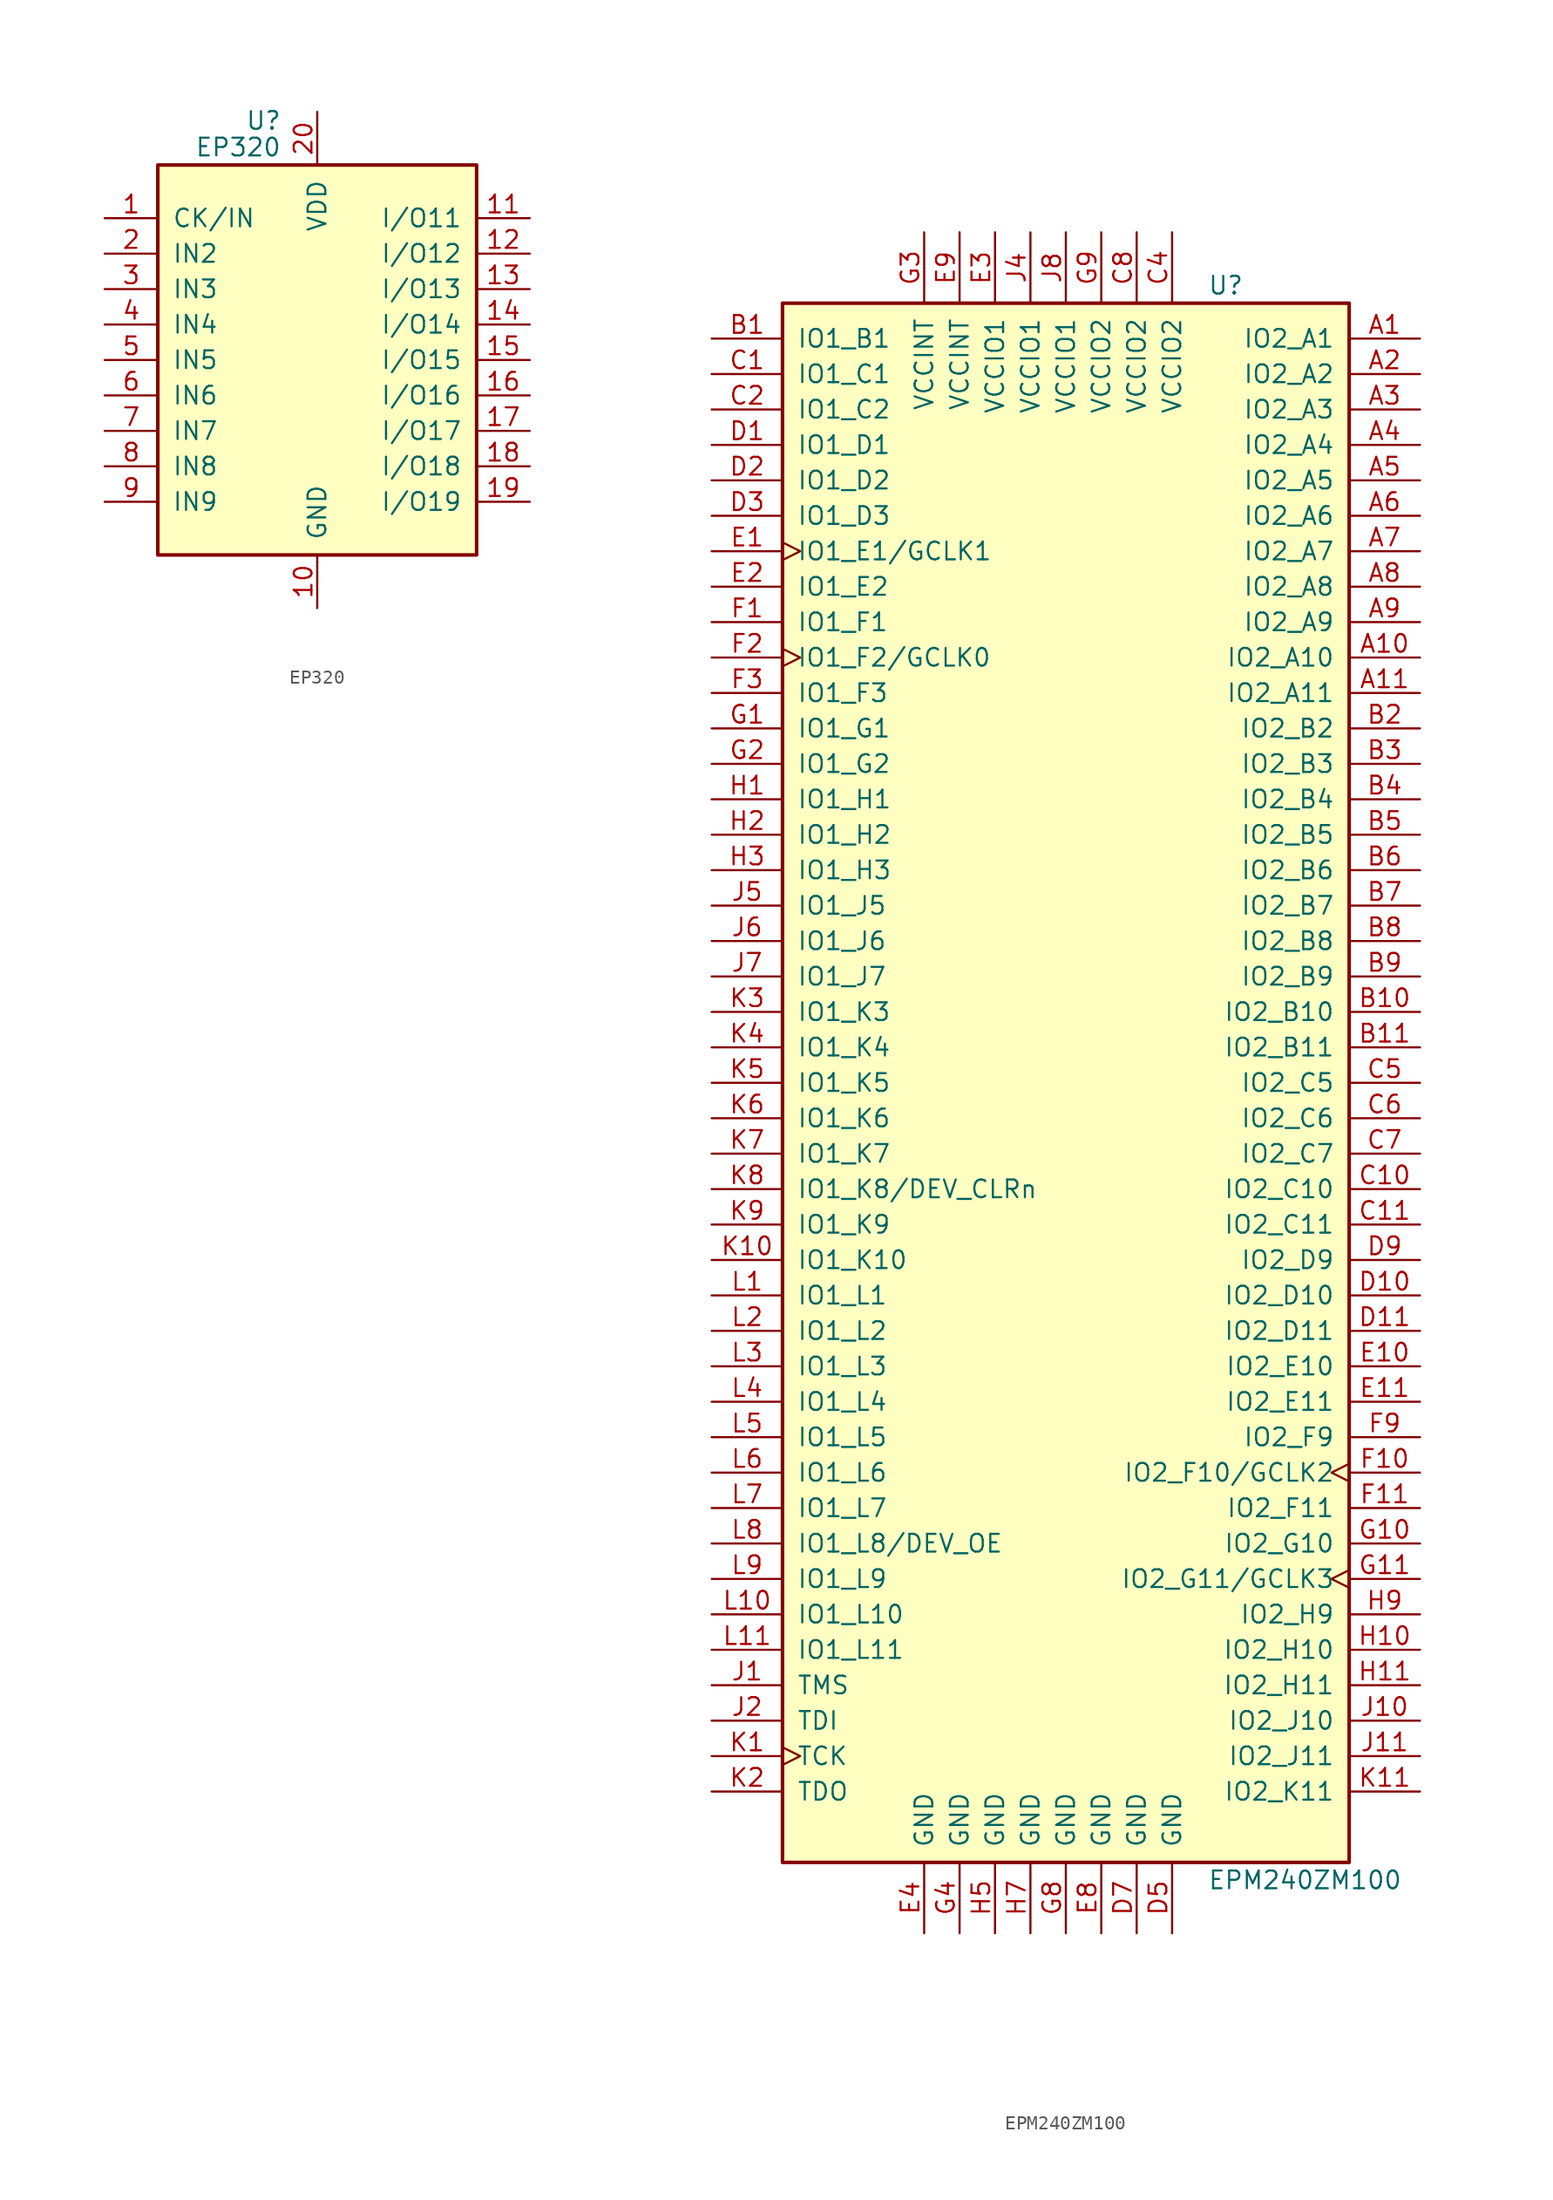
<source format=kicad_sym>
(kicad_symbol_lib
  (version 20231120)
  (generator "kicad_symbol_editor")
  (generator_version "8.0")
  (symbol "EP320"
    (pin_names
      (offset 1.016))
    (property "Reference" "U"
      (at -2.54 17.145 0)
      (effects (font (size 1.27 1.27)) (justify right)))
    (property "Value" "EP320"
      (at -2.54 15.24 0)
      (effects (font (size 1.27 1.27)) (justify right)))
    (symbol "EP320_0_1"
      (rectangle (start -11.43 -13.97) (end 11.43 13.97) (stroke (width 0.254) (type default)) (fill (type background))))
    (symbol "EP320_1_1"
      (pin input line (at -15.24 10.16 0) (length 3.81) (name "CK/IN" (effects (font (size 1.27 1.27)))) (number "1" (effects (font (size 1.27 1.27)))))
      (pin power_in line (at 0 -17.78 90) (length 3.81) (name "GND" (effects (font (size 1.27 1.27)))) (number "10" (effects (font (size 1.27 1.27)))))
      (pin bidirectional line (at 15.24 10.16 180) (length 3.81) (name "I/O11" (effects (font (size 1.27 1.27)))) (number "11" (effects (font (size 1.27 1.27)))))
      (pin bidirectional line (at 15.24 7.62 180) (length 3.81) (name "I/O12" (effects (font (size 1.27 1.27)))) (number "12" (effects (font (size 1.27 1.27)))))
      (pin bidirectional line (at 15.24 5.08 180) (length 3.81) (name "I/O13" (effects (font (size 1.27 1.27)))) (number "13" (effects (font (size 1.27 1.27)))))
      (pin bidirectional line (at 15.24 2.54 180) (length 3.81) (name "I/O14" (effects (font (size 1.27 1.27)))) (number "14" (effects (font (size 1.27 1.27)))))
      (pin bidirectional line (at 15.24 0 180) (length 3.81) (name "I/O15" (effects (font (size 1.27 1.27)))) (number "15" (effects (font (size 1.27 1.27)))))
      (pin bidirectional line (at 15.24 -2.54 180) (length 3.81) (name "I/O16" (effects (font (size 1.27 1.27)))) (number "16" (effects (font (size 1.27 1.27)))))
      (pin bidirectional line (at 15.24 -5.08 180) (length 3.81) (name "I/O17" (effects (font (size 1.27 1.27)))) (number "17" (effects (font (size 1.27 1.27)))))
      (pin bidirectional line (at 15.24 -7.62 180) (length 3.81) (name "I/O18" (effects (font (size 1.27 1.27)))) (number "18" (effects (font (size 1.27 1.27)))))
      (pin bidirectional line (at 15.24 -10.16 180) (length 3.81) (name "I/O19" (effects (font (size 1.27 1.27)))) (number "19" (effects (font (size 1.27 1.27)))))
      (pin input line (at -15.24 7.62 0) (length 3.81) (name "IN2" (effects (font (size 1.27 1.27)))) (number "2" (effects (font (size 1.27 1.27)))))
      (pin power_in line (at 0 17.78 270) (length 3.81) (name "VDD" (effects (font (size 1.27 1.27)))) (number "20" (effects (font (size 1.27 1.27)))))
      (pin input line (at -15.24 5.08 0) (length 3.81) (name "IN3" (effects (font (size 1.27 1.27)))) (number "3" (effects (font (size 1.27 1.27)))))
      (pin input line (at -15.24 2.54 0) (length 3.81) (name "IN4" (effects (font (size 1.27 1.27)))) (number "4" (effects (font (size 1.27 1.27)))))
      (pin input line (at -15.24 0 0) (length 3.81) (name "IN5" (effects (font (size 1.27 1.27)))) (number "5" (effects (font (size 1.27 1.27)))))
      (pin input line (at -15.24 -2.54 0) (length 3.81) (name "IN6" (effects (font (size 1.27 1.27)))) (number "6" (effects (font (size 1.27 1.27)))))
      (pin input line (at -15.24 -5.08 0) (length 3.81) (name "IN7" (effects (font (size 1.27 1.27)))) (number "7" (effects (font (size 1.27 1.27)))))
      (pin input line (at -15.24 -7.62 0) (length 3.81) (name "IN8" (effects (font (size 1.27 1.27)))) (number "8" (effects (font (size 1.27 1.27)))))
      (pin input line (at -15.24 -10.16 0) (length 3.81) (name "IN9" (effects (font (size 1.27 1.27)))) (number "9" (effects (font (size 1.27 1.27)))))))
  (symbol "EPM240ZM100"
    (pin_names
      (offset 1.016))
    (property "Reference" "U"
      (at 10.16 57.15 0)
      (effects (font (size 1.27 1.27)) (justify left)))
    (property "Value" "EPM240ZM100"
      (at 10.16 -57.15 0)
      (effects (font (size 1.27 1.27)) (justify left)))
    (property "ki_locked" ""
      (at 0 0 0)
      (effects (font (size 1.27 1.27))))
    (symbol "EPM240ZM100_1_1"
      (rectangle (start -20.32 55.88) (end 20.32 -55.88) (stroke (width 0.254) (type default)) (fill (type background)))
      (pin bidirectional line (at 25.4 53.34 180) (length 5.08) (name "IO2_A1" (effects (font (size 1.27 1.27)))) (number "A1" (effects (font (size 1.27 1.27)))))
      (pin bidirectional line (at 25.4 30.48 180) (length 5.08) (name "IO2_A10" (effects (font (size 1.27 1.27)))) (number "A10" (effects (font (size 1.27 1.27)))))
      (pin bidirectional line (at 25.4 27.94 180) (length 5.08) (name "IO2_A11" (effects (font (size 1.27 1.27)))) (number "A11" (effects (font (size 1.27 1.27)))))
      (pin bidirectional line (at 25.4 50.8 180) (length 5.08) (name "IO2_A2" (effects (font (size 1.27 1.27)))) (number "A2" (effects (font (size 1.27 1.27)))))
      (pin bidirectional line (at 25.4 48.26 180) (length 5.08) (name "IO2_A3" (effects (font (size 1.27 1.27)))) (number "A3" (effects (font (size 1.27 1.27)))))
      (pin bidirectional line (at 25.4 45.72 180) (length 5.08) (name "IO2_A4" (effects (font (size 1.27 1.27)))) (number "A4" (effects (font (size 1.27 1.27)))))
      (pin bidirectional line (at 25.4 43.18 180) (length 5.08) (name "IO2_A5" (effects (font (size 1.27 1.27)))) (number "A5" (effects (font (size 1.27 1.27)))))
      (pin bidirectional line (at 25.4 40.64 180) (length 5.08) (name "IO2_A6" (effects (font (size 1.27 1.27)))) (number "A6" (effects (font (size 1.27 1.27)))))
      (pin bidirectional line (at 25.4 38.1 180) (length 5.08) (name "IO2_A7" (effects (font (size 1.27 1.27)))) (number "A7" (effects (font (size 1.27 1.27)))))
      (pin bidirectional line (at 25.4 35.56 180) (length 5.08) (name "IO2_A8" (effects (font (size 1.27 1.27)))) (number "A8" (effects (font (size 1.27 1.27)))))
      (pin bidirectional line (at 25.4 33.02 180) (length 5.08) (name "IO2_A9" (effects (font (size 1.27 1.27)))) (number "A9" (effects (font (size 1.27 1.27)))))
      (pin bidirectional line (at -25.4 53.34 0) (length 5.08) (name "IO1_B1" (effects (font (size 1.27 1.27)))) (number "B1" (effects (font (size 1.27 1.27)))))
      (pin bidirectional line (at 25.4 5.08 180) (length 5.08) (name "IO2_B10" (effects (font (size 1.27 1.27)))) (number "B10" (effects (font (size 1.27 1.27)))))
      (pin bidirectional line (at 25.4 2.54 180) (length 5.08) (name "IO2_B11" (effects (font (size 1.27 1.27)))) (number "B11" (effects (font (size 1.27 1.27)))))
      (pin bidirectional line (at 25.4 25.4 180) (length 5.08) (name "IO2_B2" (effects (font (size 1.27 1.27)))) (number "B2" (effects (font (size 1.27 1.27)))))
      (pin bidirectional line (at 25.4 22.86 180) (length 5.08) (name "IO2_B3" (effects (font (size 1.27 1.27)))) (number "B3" (effects (font (size 1.27 1.27)))))
      (pin bidirectional line (at 25.4 20.32 180) (length 5.08) (name "IO2_B4" (effects (font (size 1.27 1.27)))) (number "B4" (effects (font (size 1.27 1.27)))))
      (pin bidirectional line (at 25.4 17.78 180) (length 5.08) (name "IO2_B5" (effects (font (size 1.27 1.27)))) (number "B5" (effects (font (size 1.27 1.27)))))
      (pin bidirectional line (at 25.4 15.24 180) (length 5.08) (name "IO2_B6" (effects (font (size 1.27 1.27)))) (number "B6" (effects (font (size 1.27 1.27)))))
      (pin bidirectional line (at 25.4 12.7 180) (length 5.08) (name "IO2_B7" (effects (font (size 1.27 1.27)))) (number "B7" (effects (font (size 1.27 1.27)))))
      (pin bidirectional line (at 25.4 10.16 180) (length 5.08) (name "IO2_B8" (effects (font (size 1.27 1.27)))) (number "B8" (effects (font (size 1.27 1.27)))))
      (pin bidirectional line (at 25.4 7.62 180) (length 5.08) (name "IO2_B9" (effects (font (size 1.27 1.27)))) (number "B9" (effects (font (size 1.27 1.27)))))
      (pin bidirectional line (at -25.4 50.8 0) (length 5.08) (name "IO1_C1" (effects (font (size 1.27 1.27)))) (number "C1" (effects (font (size 1.27 1.27)))))
      (pin bidirectional line (at 25.4 -7.62 180) (length 5.08) (name "IO2_C10" (effects (font (size 1.27 1.27)))) (number "C10" (effects (font (size 1.27 1.27)))))
      (pin bidirectional line (at 25.4 -10.16 180) (length 5.08) (name "IO2_C11" (effects (font (size 1.27 1.27)))) (number "C11" (effects (font (size 1.27 1.27)))))
      (pin bidirectional line (at -25.4 48.26 0) (length 5.08) (name "IO1_C2" (effects (font (size 1.27 1.27)))) (number "C2" (effects (font (size 1.27 1.27)))))
      (pin power_in line (at 7.62 60.96 270) (length 5.08) (name "VCCIO2" (effects (font (size 1.27 1.27)))) (number "C4" (effects (font (size 1.27 1.27)))))
      (pin bidirectional line (at 25.4 0 180) (length 5.08) (name "IO2_C5" (effects (font (size 1.27 1.27)))) (number "C5" (effects (font (size 1.27 1.27)))))
      (pin bidirectional line (at 25.4 -2.54 180) (length 5.08) (name "IO2_C6" (effects (font (size 1.27 1.27)))) (number "C6" (effects (font (size 1.27 1.27)))))
      (pin bidirectional line (at 25.4 -5.08 180) (length 5.08) (name "IO2_C7" (effects (font (size 1.27 1.27)))) (number "C7" (effects (font (size 1.27 1.27)))))
      (pin power_in line (at 5.08 60.96 270) (length 5.08) (name "VCCIO2" (effects (font (size 1.27 1.27)))) (number "C8" (effects (font (size 1.27 1.27)))))
      (pin bidirectional line (at -25.4 45.72 0) (length 5.08) (name "IO1_D1" (effects (font (size 1.27 1.27)))) (number "D1" (effects (font (size 1.27 1.27)))))
      (pin bidirectional line (at 25.4 -15.24 180) (length 5.08) (name "IO2_D10" (effects (font (size 1.27 1.27)))) (number "D10" (effects (font (size 1.27 1.27)))))
      (pin bidirectional line (at 25.4 -17.78 180) (length 5.08) (name "IO2_D11" (effects (font (size 1.27 1.27)))) (number "D11" (effects (font (size 1.27 1.27)))))
      (pin bidirectional line (at -25.4 43.18 0) (length 5.08) (name "IO1_D2" (effects (font (size 1.27 1.27)))) (number "D2" (effects (font (size 1.27 1.27)))))
      (pin bidirectional line (at -25.4 40.64 0) (length 5.08) (name "IO1_D3" (effects (font (size 1.27 1.27)))) (number "D3" (effects (font (size 1.27 1.27)))))
      (pin power_in line (at 7.62 -60.96 90) (length 5.08) (name "GND" (effects (font (size 1.27 1.27)))) (number "D5" (effects (font (size 1.27 1.27)))))
      (pin power_in line (at 5.08 -60.96 90) (length 5.08) (name "GND" (effects (font (size 1.27 1.27)))) (number "D7" (effects (font (size 1.27 1.27)))))
      (pin bidirectional line (at 25.4 -12.7 180) (length 5.08) (name "IO2_D9" (effects (font (size 1.27 1.27)))) (number "D9" (effects (font (size 1.27 1.27)))))
      (pin bidirectional clock (at -25.4 38.1 0) (length 5.08) (name "IO1_E1/GCLK1" (effects (font (size 1.27 1.27)))) (number "E1" (effects (font (size 1.27 1.27)))))
      (pin bidirectional line (at 25.4 -20.32 180) (length 5.08) (name "IO2_E10" (effects (font (size 1.27 1.27)))) (number "E10" (effects (font (size 1.27 1.27)))))
      (pin bidirectional line (at 25.4 -22.86 180) (length 5.08) (name "IO2_E11" (effects (font (size 1.27 1.27)))) (number "E11" (effects (font (size 1.27 1.27)))))
      (pin bidirectional line (at -25.4 35.56 0) (length 5.08) (name "IO1_E2" (effects (font (size 1.27 1.27)))) (number "E2" (effects (font (size 1.27 1.27)))))
      (pin power_in line (at -5.08 60.96 270) (length 5.08) (name "VCCIO1" (effects (font (size 1.27 1.27)))) (number "E3" (effects (font (size 1.27 1.27)))))
      (pin power_in line (at -10.16 -60.96 90) (length 5.08) (name "GND" (effects (font (size 1.27 1.27)))) (number "E4" (effects (font (size 1.27 1.27)))))
      (pin power_in line (at 2.54 -60.96 90) (length 5.08) (name "GND" (effects (font (size 1.27 1.27)))) (number "E8" (effects (font (size 1.27 1.27)))))
      (pin power_in line (at -7.62 60.96 270) (length 5.08) (name "VCCINT" (effects (font (size 1.27 1.27)))) (number "E9" (effects (font (size 1.27 1.27)))))
      (pin bidirectional line (at -25.4 33.02 0) (length 5.08) (name "IO1_F1" (effects (font (size 1.27 1.27)))) (number "F1" (effects (font (size 1.27 1.27)))))
      (pin bidirectional clock (at 25.4 -27.94 180) (length 5.08) (name "IO2_F10/GCLK2" (effects (font (size 1.27 1.27)))) (number "F10" (effects (font (size 1.27 1.27)))))
      (pin bidirectional line (at 25.4 -30.48 180) (length 5.08) (name "IO2_F11" (effects (font (size 1.27 1.27)))) (number "F11" (effects (font (size 1.27 1.27)))))
      (pin bidirectional clock (at -25.4 30.48 0) (length 5.08) (name "IO1_F2/GCLK0" (effects (font (size 1.27 1.27)))) (number "F2" (effects (font (size 1.27 1.27)))))
      (pin bidirectional line (at -25.4 27.94 0) (length 5.08) (name "IO1_F3" (effects (font (size 1.27 1.27)))) (number "F3" (effects (font (size 1.27 1.27)))))
      (pin bidirectional line (at 25.4 -25.4 180) (length 5.08) (name "IO2_F9" (effects (font (size 1.27 1.27)))) (number "F9" (effects (font (size 1.27 1.27)))))
      (pin bidirectional line (at -25.4 25.4 0) (length 5.08) (name "IO1_G1" (effects (font (size 1.27 1.27)))) (number "G1" (effects (font (size 1.27 1.27)))))
      (pin bidirectional line (at 25.4 -33.02 180) (length 5.08) (name "IO2_G10" (effects (font (size 1.27 1.27)))) (number "G10" (effects (font (size 1.27 1.27)))))
      (pin bidirectional clock (at 25.4 -35.56 180) (length 5.08) (name "IO2_G11/GCLK3" (effects (font (size 1.27 1.27)))) (number "G11" (effects (font (size 1.27 1.27)))))
      (pin bidirectional line (at -25.4 22.86 0) (length 5.08) (name "IO1_G2" (effects (font (size 1.27 1.27)))) (number "G2" (effects (font (size 1.27 1.27)))))
      (pin power_in line (at -10.16 60.96 270) (length 5.08) (name "VCCINT" (effects (font (size 1.27 1.27)))) (number "G3" (effects (font (size 1.27 1.27)))))
      (pin power_in line (at -7.62 -60.96 90) (length 5.08) (name "GND" (effects (font (size 1.27 1.27)))) (number "G4" (effects (font (size 1.27 1.27)))))
      (pin power_in line (at 0 -60.96 90) (length 5.08) (name "GND" (effects (font (size 1.27 1.27)))) (number "G8" (effects (font (size 1.27 1.27)))))
      (pin power_in line (at 2.54 60.96 270) (length 5.08) (name "VCCIO2" (effects (font (size 1.27 1.27)))) (number "G9" (effects (font (size 1.27 1.27)))))
      (pin bidirectional line (at -25.4 20.32 0) (length 5.08) (name "IO1_H1" (effects (font (size 1.27 1.27)))) (number "H1" (effects (font (size 1.27 1.27)))))
      (pin bidirectional line (at 25.4 -40.64 180) (length 5.08) (name "IO2_H10" (effects (font (size 1.27 1.27)))) (number "H10" (effects (font (size 1.27 1.27)))))
      (pin bidirectional line (at 25.4 -43.18 180) (length 5.08) (name "IO2_H11" (effects (font (size 1.27 1.27)))) (number "H11" (effects (font (size 1.27 1.27)))))
      (pin bidirectional line (at -25.4 17.78 0) (length 5.08) (name "IO1_H2" (effects (font (size 1.27 1.27)))) (number "H2" (effects (font (size 1.27 1.27)))))
      (pin bidirectional line (at -25.4 15.24 0) (length 5.08) (name "IO1_H3" (effects (font (size 1.27 1.27)))) (number "H3" (effects (font (size 1.27 1.27)))))
      (pin power_in line (at -5.08 -60.96 90) (length 5.08) (name "GND" (effects (font (size 1.27 1.27)))) (number "H5" (effects (font (size 1.27 1.27)))))
      (pin power_in line (at -2.54 -60.96 90) (length 5.08) (name "GND" (effects (font (size 1.27 1.27)))) (number "H7" (effects (font (size 1.27 1.27)))))
      (pin bidirectional line (at 25.4 -38.1 180) (length 5.08) (name "IO2_H9" (effects (font (size 1.27 1.27)))) (number "H9" (effects (font (size 1.27 1.27)))))
      (pin input line (at -25.4 -43.18 0) (length 5.08) (name "TMS" (effects (font (size 1.27 1.27)))) (number "J1" (effects (font (size 1.27 1.27)))))
      (pin bidirectional line (at 25.4 -45.72 180) (length 5.08) (name "IO2_J10" (effects (font (size 1.27 1.27)))) (number "J10" (effects (font (size 1.27 1.27)))))
      (pin bidirectional line (at 25.4 -48.26 180) (length 5.08) (name "IO2_J11" (effects (font (size 1.27 1.27)))) (number "J11" (effects (font (size 1.27 1.27)))))
      (pin input line (at -25.4 -45.72 0) (length 5.08) (name "TDI" (effects (font (size 1.27 1.27)))) (number "J2" (effects (font (size 1.27 1.27)))))
      (pin power_in line (at -2.54 60.96 270) (length 5.08) (name "VCCIO1" (effects (font (size 1.27 1.27)))) (number "J4" (effects (font (size 1.27 1.27)))))
      (pin bidirectional line (at -25.4 12.7 0) (length 5.08) (name "IO1_J5" (effects (font (size 1.27 1.27)))) (number "J5" (effects (font (size 1.27 1.27)))))
      (pin bidirectional line (at -25.4 10.16 0) (length 5.08) (name "IO1_J6" (effects (font (size 1.27 1.27)))) (number "J6" (effects (font (size 1.27 1.27)))))
      (pin bidirectional line (at -25.4 7.62 0) (length 5.08) (name "IO1_J7" (effects (font (size 1.27 1.27)))) (number "J7" (effects (font (size 1.27 1.27)))))
      (pin power_in line (at 0 60.96 270) (length 5.08) (name "VCCIO1" (effects (font (size 1.27 1.27)))) (number "J8" (effects (font (size 1.27 1.27)))))
      (pin input clock (at -25.4 -48.26 0) (length 5.08) (name "TCK" (effects (font (size 1.27 1.27)))) (number "K1" (effects (font (size 1.27 1.27)))))
      (pin bidirectional line (at -25.4 -12.7 0) (length 5.08) (name "IO1_K10" (effects (font (size 1.27 1.27)))) (number "K10" (effects (font (size 1.27 1.27)))))
      (pin bidirectional line (at 25.4 -50.8 180) (length 5.08) (name "IO2_K11" (effects (font (size 1.27 1.27)))) (number "K11" (effects (font (size 1.27 1.27)))))
      (pin output line (at -25.4 -50.8 0) (length 5.08) (name "TDO" (effects (font (size 1.27 1.27)))) (number "K2" (effects (font (size 1.27 1.27)))))
      (pin bidirectional line (at -25.4 5.08 0) (length 5.08) (name "IO1_K3" (effects (font (size 1.27 1.27)))) (number "K3" (effects (font (size 1.27 1.27)))))
      (pin bidirectional line (at -25.4 2.54 0) (length 5.08) (name "IO1_K4" (effects (font (size 1.27 1.27)))) (number "K4" (effects (font (size 1.27 1.27)))))
      (pin bidirectional line (at -25.4 0 0) (length 5.08) (name "IO1_K5" (effects (font (size 1.27 1.27)))) (number "K5" (effects (font (size 1.27 1.27)))))
      (pin bidirectional line (at -25.4 -2.54 0) (length 5.08) (name "IO1_K6" (effects (font (size 1.27 1.27)))) (number "K6" (effects (font (size 1.27 1.27)))))
      (pin bidirectional line (at -25.4 -5.08 0) (length 5.08) (name "IO1_K7" (effects (font (size 1.27 1.27)))) (number "K7" (effects (font (size 1.27 1.27)))))
      (pin bidirectional line (at -25.4 -7.62 0) (length 5.08) (name "IO1_K8/DEV_CLRn" (effects (font (size 1.27 1.27)))) (number "K8" (effects (font (size 1.27 1.27)))))
      (pin bidirectional line (at -25.4 -10.16 0) (length 5.08) (name "IO1_K9" (effects (font (size 1.27 1.27)))) (number "K9" (effects (font (size 1.27 1.27)))))
      (pin bidirectional line (at -25.4 -15.24 0) (length 5.08) (name "IO1_L1" (effects (font (size 1.27 1.27)))) (number "L1" (effects (font (size 1.27 1.27)))))
      (pin bidirectional line (at -25.4 -38.1 0) (length 5.08) (name "IO1_L10" (effects (font (size 1.27 1.27)))) (number "L10" (effects (font (size 1.27 1.27)))))
      (pin bidirectional line (at -25.4 -40.64 0) (length 5.08) (name "IO1_L11" (effects (font (size 1.27 1.27)))) (number "L11" (effects (font (size 1.27 1.27)))))
      (pin bidirectional line (at -25.4 -17.78 0) (length 5.08) (name "IO1_L2" (effects (font (size 1.27 1.27)))) (number "L2" (effects (font (size 1.27 1.27)))))
      (pin bidirectional line (at -25.4 -20.32 0) (length 5.08) (name "IO1_L3" (effects (font (size 1.27 1.27)))) (number "L3" (effects (font (size 1.27 1.27)))))
      (pin bidirectional line (at -25.4 -22.86 0) (length 5.08) (name "IO1_L4" (effects (font (size 1.27 1.27)))) (number "L4" (effects (font (size 1.27 1.27)))))
      (pin bidirectional line (at -25.4 -25.4 0) (length 5.08) (name "IO1_L5" (effects (font (size 1.27 1.27)))) (number "L5" (effects (font (size 1.27 1.27)))))
      (pin bidirectional line (at -25.4 -27.94 0) (length 5.08) (name "IO1_L6" (effects (font (size 1.27 1.27)))) (number "L6" (effects (font (size 1.27 1.27)))))
      (pin bidirectional line (at -25.4 -30.48 0) (length 5.08) (name "IO1_L7" (effects (font (size 1.27 1.27)))) (number "L7" (effects (font (size 1.27 1.27)))))
      (pin bidirectional line (at -25.4 -33.02 0) (length 5.08) (name "IO1_L8/DEV_OE" (effects (font (size 1.27 1.27)))) (number "L8" (effects (font (size 1.27 1.27)))))
      (pin bidirectional line (at -25.4 -35.56 0) (length 5.08) (name "IO1_L9" (effects (font (size 1.27 1.27)))) (number "L9" (effects (font (size 1.27 1.27))))))))
</source>
